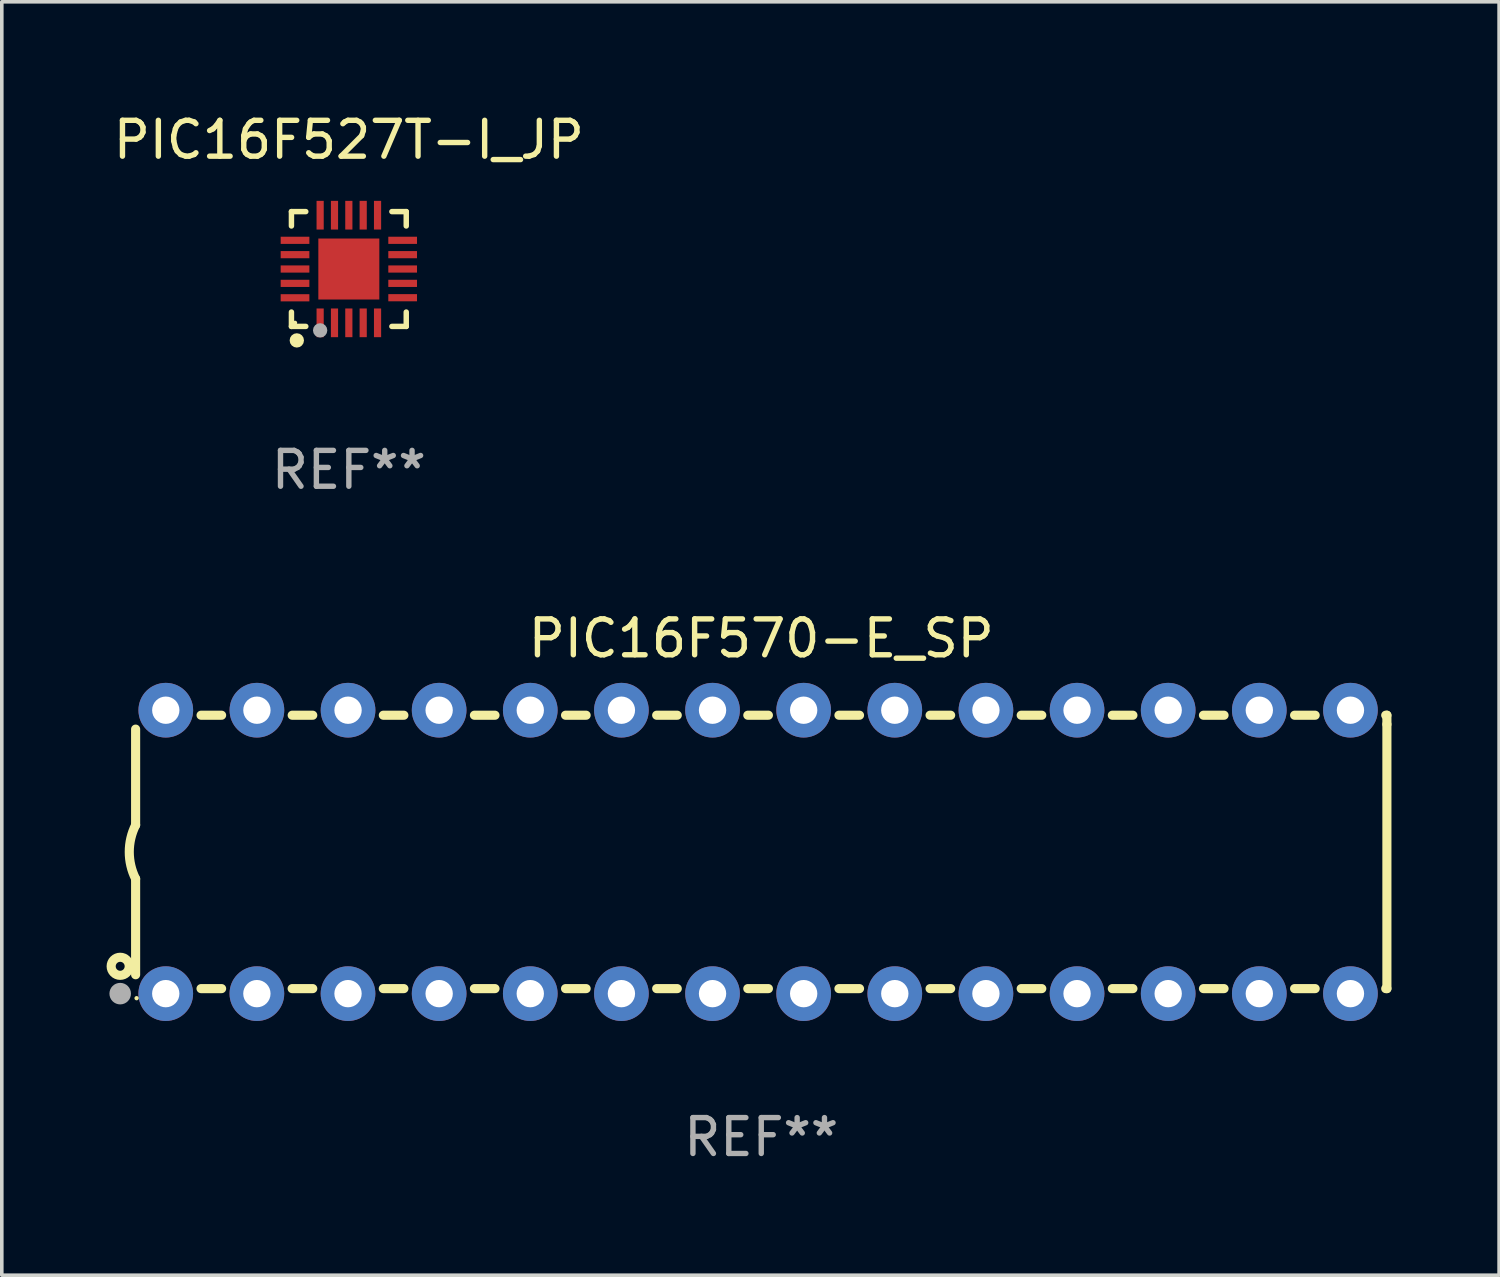
<source format=kicad_pcb>
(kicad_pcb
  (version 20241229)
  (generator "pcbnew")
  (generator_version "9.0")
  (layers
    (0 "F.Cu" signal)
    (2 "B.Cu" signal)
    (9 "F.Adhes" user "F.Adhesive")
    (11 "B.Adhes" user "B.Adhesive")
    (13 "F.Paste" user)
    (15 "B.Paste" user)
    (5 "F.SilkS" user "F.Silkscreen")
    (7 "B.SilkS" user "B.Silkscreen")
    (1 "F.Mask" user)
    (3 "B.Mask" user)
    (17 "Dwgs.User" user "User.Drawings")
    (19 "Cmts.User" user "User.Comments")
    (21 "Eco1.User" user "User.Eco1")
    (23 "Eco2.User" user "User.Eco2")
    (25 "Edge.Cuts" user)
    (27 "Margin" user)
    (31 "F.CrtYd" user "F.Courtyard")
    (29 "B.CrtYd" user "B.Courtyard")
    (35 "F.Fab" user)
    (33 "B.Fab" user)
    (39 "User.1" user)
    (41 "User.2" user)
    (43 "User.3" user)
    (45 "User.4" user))
  (footprint "PIC16F570-E_SP"
    (layer "F.Cu")
    (at 18.168 20.695)
    (property "Reference" "PIC16F570-E_SP" (at 0 -5.95 0) (layer "F.SilkS") (effects (font (size 1 1) (thickness 0.15))))
    (attr through_hole)
    (fp_line (start -17.438 0.75) (end -17.438 3.423) (stroke (width 0.254) (type solid)) (layer "F.SilkS"))
    (fp_line (start -17.438 -3.423) (end -17.438 -0.75) (stroke (width 0.254) (type solid)) (layer "F.SilkS"))
    (fp_line (start -15.615 3.81) (end -15.041 3.81) (stroke (width 0.254) (type solid)) (layer "F.SilkS"))
    (fp_line (start -15.041 -3.81) (end -15.614 -3.81) (stroke (width 0.254) (type solid)) (layer "F.SilkS"))
    (fp_line (start -13.075 3.81) (end -12.501 3.81) (stroke (width 0.254) (type solid)) (layer "F.SilkS"))
    (fp_line (start -12.501 -3.81) (end -13.074 -3.81) (stroke (width 0.254) (type solid)) (layer "F.SilkS"))
    (fp_line (start -10.535 3.81) (end -9.961 3.81) (stroke (width 0.254) (type solid)) (layer "F.SilkS"))
    (fp_line (start -9.961 -3.81) (end -10.534 -3.81) (stroke (width 0.254) (type solid)) (layer "F.SilkS"))
    (fp_line (start -7.995 3.81) (end -7.421 3.81) (stroke (width 0.254) (type solid)) (layer "F.SilkS"))
    (fp_line (start -7.421 -3.81) (end -7.995 -3.81) (stroke (width 0.254) (type solid)) (layer "F.SilkS"))
    (fp_line (start -5.455 3.81) (end -4.881 3.81) (stroke (width 0.254) (type solid)) (layer "F.SilkS"))
    (fp_line (start -4.881 -3.81) (end -5.455 -3.81) (stroke (width 0.254) (type solid)) (layer "F.SilkS"))
    (fp_line (start -2.915 3.81) (end -2.341 3.81) (stroke (width 0.254) (type solid)) (layer "F.SilkS"))
    (fp_line (start -2.341 -3.81) (end -2.915 -3.81) (stroke (width 0.254) (type solid)) (layer "F.SilkS"))
    (fp_line (start -0.375 3.81) (end 0.199 3.81) (stroke (width 0.254) (type solid)) (layer "F.SilkS"))
    (fp_line (start 0.199 -3.81) (end -0.375 -3.81) (stroke (width 0.254) (type solid)) (layer "F.SilkS"))
    (fp_line (start 2.165 3.81) (end 2.739 3.81) (stroke (width 0.254) (type solid)) (layer "F.SilkS"))
    (fp_line (start 2.739 -3.81) (end 2.165 -3.81) (stroke (width 0.254) (type solid)) (layer "F.SilkS"))
    (fp_line (start 4.705 3.81) (end 5.279 3.81) (stroke (width 0.254) (type solid)) (layer "F.SilkS"))
    (fp_line (start 5.279 -3.81) (end 4.705 -3.81) (stroke (width 0.254) (type solid)) (layer "F.SilkS"))
    (fp_line (start 7.245 3.81) (end 7.819 3.81) (stroke (width 0.254) (type solid)) (layer "F.SilkS"))
    (fp_line (start 7.819 -3.81) (end 7.245 -3.81) (stroke (width 0.254) (type solid)) (layer "F.SilkS"))
    (fp_line (start 9.785 3.81) (end 10.359 3.81) (stroke (width 0.254) (type solid)) (layer "F.SilkS"))
    (fp_line (start 10.359 -3.81) (end 9.785 -3.81) (stroke (width 0.254) (type solid)) (layer "F.SilkS"))
    (fp_line (start 12.325 3.81) (end 12.899 3.81) (stroke (width 0.254) (type solid)) (layer "F.SilkS"))
    (fp_line (start 12.899 -3.81) (end 12.325 -3.81) (stroke (width 0.254) (type solid)) (layer "F.SilkS"))
    (fp_line (start 14.865 3.81) (end 15.439 3.81) (stroke (width 0.254) (type solid)) (layer "F.SilkS"))
    (fp_line (start 15.439 -3.81) (end 14.865 -3.81) (stroke (width 0.254) (type solid)) (layer "F.SilkS"))
    (fp_line (start 17.405 3.81) (end 17.438 3.81) (stroke (width 0.254) (type solid)) (layer "F.SilkS"))
    (fp_line (start 17.438 -3.81) (end 17.405 -3.81) (stroke (width 0.254) (type solid)) (layer "F.SilkS"))
    (fp_line (start 17.438 -3.556) (end 17.438 -3.81) (stroke (width 0.254) (type solid)) (layer "F.SilkS"))
    (fp_line (start 17.438 3.81) (end 17.438 -3.556) (stroke (width 0.254) (type solid)) (layer "F.SilkS"))
    (fp_arc (start -17.437986 0.749657) (mid -17.614887 -0.000024) (end -17.437783 -0.749657) (stroke (width 0.254001) (type solid)) (layer "F.SilkS"))
    (fp_circle (center -17.868 3.188) (end -17.743 3.188) (stroke (width 0.254) (type solid)) (fill no) (layer "F.SilkS"))
    (fp_circle (center -17.411 4.077) (end -17.381 4.077) (stroke (width 0.06) (type solid)) (fill no) (layer "F.SilkS"))
    (fp_circle (center -17.868 3.95) (end -17.718 3.95) (stroke (width 0.3) (type solid)) (fill no) (layer "F.Fab"))
    (fp_text user "REF**" (at 0 7.95 0) (layer "F.Fab") (effects (font (size 1 1) (thickness 0.15))))
    (pad "1" thru_hole circle (at -16.598 3.95) (size 1.524 1.524) (drill 0.762) (layers "*.Cu" "*.Mask"))
    (pad "2" thru_hole circle (at -14.058 3.95) (size 1.524 1.524) (drill 0.762) (layers "*.Cu" "*.Mask"))
    (pad "3" thru_hole circle (at -11.518 3.95) (size 1.524 1.524) (drill 0.762) (layers "*.Cu" "*.Mask"))
    (pad "4" thru_hole circle (at -8.978 3.95) (size 1.524 1.524) (drill 0.762) (layers "*.Cu" "*.Mask"))
    (pad "5" thru_hole circle (at -6.438 3.95) (size 1.524 1.524) (drill 0.762) (layers "*.Cu" "*.Mask"))
    (pad "6" thru_hole circle (at -3.898 3.95) (size 1.524 1.524) (drill 0.762) (layers "*.Cu" "*.Mask"))
    (pad "7" thru_hole circle (at -1.358 3.95) (size 1.524 1.524) (drill 0.762) (layers "*.Cu" "*.Mask"))
    (pad "8" thru_hole circle (at 1.182 3.95) (size 1.524 1.524) (drill 0.762) (layers "*.Cu" "*.Mask"))
    (pad "9" thru_hole circle (at 3.722 3.95) (size 1.524 1.524) (drill 0.762) (layers "*.Cu" "*.Mask"))
    (pad "10" thru_hole circle (at 6.262 3.95) (size 1.524 1.524) (drill 0.762) (layers "*.Cu" "*.Mask"))
    (pad "11" thru_hole circle (at 8.802 3.95) (size 1.524 1.524) (drill 0.762) (layers "*.Cu" "*.Mask"))
    (pad "12" thru_hole circle (at 11.342 3.95) (size 1.524 1.524) (drill 0.762) (layers "*.Cu" "*.Mask"))
    (pad "13" thru_hole circle (at 13.882 3.95) (size 1.524 1.524) (drill 0.762) (layers "*.Cu" "*.Mask"))
    (pad "14" thru_hole circle (at 16.422 3.95) (size 1.524 1.524) (drill 0.762) (layers "*.Cu" "*.Mask"))
    (pad "15" thru_hole circle (at 16.422 -3.95) (size 1.524 1.524) (drill 0.762) (layers "*.Cu" "*.Mask"))
    (pad "16" thru_hole circle (at 13.882 -3.95) (size 1.524 1.524) (drill 0.762) (layers "*.Cu" "*.Mask"))
    (pad "17" thru_hole circle (at 11.342 -3.95) (size 1.524 1.524) (drill 0.762) (layers "*.Cu" "*.Mask"))
    (pad "18" thru_hole circle (at 8.802 -3.95) (size 1.524 1.524) (drill 0.762) (layers "*.Cu" "*.Mask"))
    (pad "19" thru_hole circle (at 6.262 -3.95) (size 1.524 1.524) (drill 0.762) (layers "*.Cu" "*.Mask"))
    (pad "20" thru_hole circle (at 3.722 -3.95) (size 1.524 1.524) (drill 0.762) (layers "*.Cu" "*.Mask"))
    (pad "21" thru_hole circle (at 1.182 -3.95) (size 1.524 1.524) (drill 0.762) (layers "*.Cu" "*.Mask"))
    (pad "22" thru_hole circle (at -1.358 -3.95) (size 1.524 1.524) (drill 0.762) (layers "*.Cu" "*.Mask"))
    (pad "23" thru_hole circle (at -3.898 -3.95) (size 1.524 1.524) (drill 0.762) (layers "*.Cu" "*.Mask"))
    (pad "24" thru_hole circle (at -6.438 -3.95) (size 1.524 1.524) (drill 0.762) (layers "*.Cu" "*.Mask"))
    (pad "25" thru_hole circle (at -8.978 -3.95) (size 1.524 1.524) (drill 0.762) (layers "*.Cu" "*.Mask"))
    (pad "26" thru_hole circle (at -11.517 -3.95) (size 1.524 1.524) (drill 0.762) (layers "*.Cu" "*.Mask"))
    (pad "27" thru_hole circle (at -14.057 -3.95) (size 1.524 1.524) (drill 0.762) (layers "*.Cu" "*.Mask"))
    (pad "28" thru_hole circle (at -16.597 -3.95) (size 1.524 1.524) (drill 0.762) (layers "*.Cu" "*.Mask")))
  (footprint "PIC16F527T-I_JP"
    (layer "F.Cu")
    (at 6.673 4.448)
    (property "Reference" "PIC16F527T-I_JP" (at 0 -3.6 0) (layer "F.SilkS") (effects (font (size 1 1) (thickness 0.15))))
    (attr through_hole)
    (fp_line (start -1.6 -1.6) (end -1.6 -1.2) (stroke (width 0.152) (type solid)) (layer "F.SilkS"))
    (fp_line (start -1.6 1.6) (end -1.6 1.2) (stroke (width 0.152) (type solid)) (layer "F.SilkS"))
    (fp_line (start -1.2 -1.6) (end -1.6 -1.6) (stroke (width 0.152) (type solid)) (layer "F.SilkS"))
    (fp_line (start -1.2 1.6) (end -1.6 1.6) (stroke (width 0.152) (type solid)) (layer "F.SilkS"))
    (fp_line (start 1.2 -1.6) (end 1.6 -1.6) (stroke (width 0.152) (type solid)) (layer "F.SilkS"))
    (fp_line (start 1.6 -1.6) (end 1.6 -1.2) (stroke (width 0.152) (type solid)) (layer "F.SilkS"))
    (fp_line (start 1.6 1.2) (end 1.6 1.6) (stroke (width 0.152) (type solid)) (layer "F.SilkS"))
    (fp_line (start 1.6 1.6) (end 1.2 1.6) (stroke (width 0.152) (type solid)) (layer "F.SilkS"))
    (fp_circle (center -1.5 1.5) (end -1.47 1.5) (stroke (width 0.06) (type solid)) (fill no) (layer "F.SilkS"))
    (fp_circle (center -1.45 1.99) (end -1.35 1.99) (stroke (width 0.2) (type solid)) (fill no) (layer "F.SilkS"))
    (fp_circle (center -0.8 1.71) (end -0.7 1.71) (stroke (width 0.2) (type solid)) (fill no) (layer "F.Fab"))
    (fp_text user "REF**" (at 0 5.6 0) (layer "F.Fab") (effects (font (size 1 1) (thickness 0.15))))
    (pad "1" smd rect (at -0.8 1.5) (size 0.2 0.8) (layers "F.Cu" "F.Mask" "F.Paste"))
    (pad "2" smd rect (at -0.4 1.5) (size 0.2 0.8) (layers "F.Cu" "F.Mask" "F.Paste"))
    (pad "3" smd rect (at -0.000127 1.5) (size 0.2 0.8) (layers "F.Cu" "F.Mask" "F.Paste"))
    (pad "4" smd rect (at 0.4 1.5) (size 0.2 0.8) (layers "F.Cu" "F.Mask" "F.Paste"))
    (pad "5" smd rect (at 0.8 1.5) (size 0.2 0.8) (layers "F.Cu" "F.Mask" "F.Paste"))
    (pad "6" smd rect (at 1.5 0.8 90) (size 0.2 0.8) (layers "F.Cu" "F.Mask" "F.Paste"))
    (pad "7" smd rect (at 1.5 0.4 90) (size 0.2 0.8) (layers "F.Cu" "F.Mask" "F.Paste"))
    (pad "8" smd rect (at 1.5 0.000127 90) (size 0.2 0.8) (layers "F.Cu" "F.Mask" "F.Paste"))
    (pad "9" smd rect (at 1.5 -0.4 90) (size 0.2 0.8) (layers "F.Cu" "F.Mask" "F.Paste"))
    (pad "10" smd rect (at 1.5 -0.8 90) (size 0.2 0.8) (layers "F.Cu" "F.Mask" "F.Paste"))
    (pad "11" smd rect (at 0.8 -1.5 180) (size 0.2 0.8) (layers "F.Cu" "F.Mask" "F.Paste"))
    (pad "12" smd rect (at 0.4 -1.5 180) (size 0.2 0.8) (layers "F.Cu" "F.Mask" "F.Paste"))
    (pad "13" smd rect (at -0.000127 -1.5 180) (size 0.2 0.8) (layers "F.Cu" "F.Mask" "F.Paste"))
    (pad "14" smd rect (at -0.4 -1.5 180) (size 0.2 0.8) (layers "F.Cu" "F.Mask" "F.Paste"))
    (pad "15" smd rect (at -0.8 -1.5 180) (size 0.2 0.8) (layers "F.Cu" "F.Mask" "F.Paste"))
    (pad "16" smd rect (at -1.5 -0.8 270) (size 0.2 0.8) (layers "F.Cu" "F.Mask" "F.Paste"))
    (pad "17" smd rect (at -1.5 -0.4 270) (size 0.2 0.8) (layers "F.Cu" "F.Mask" "F.Paste"))
    (pad "18" smd rect (at -1.5 0.000127 270) (size 0.2 0.8) (layers "F.Cu" "F.Mask" "F.Paste"))
    (pad "19" smd rect (at -1.5 0.4 270) (size 0.2 0.8) (layers "F.Cu" "F.Mask" "F.Paste"))
    (pad "20" smd rect (at -1.5 0.802 270) (size 0.2 0.8) (layers "F.Cu" "F.Mask" "F.Paste"))
    (pad "21" smd rect (at -0.000127 0.000127) (size 1.7 1.7) (layers "F.Cu" "F.Mask" "F.Paste")))
  (gr_rect
    (start -3 -3)
    (end 38.733 32.493)
    (stroke (width 0.1) (type default))
    (fill no)
    (layer "Edge.Cuts")))
</source>
